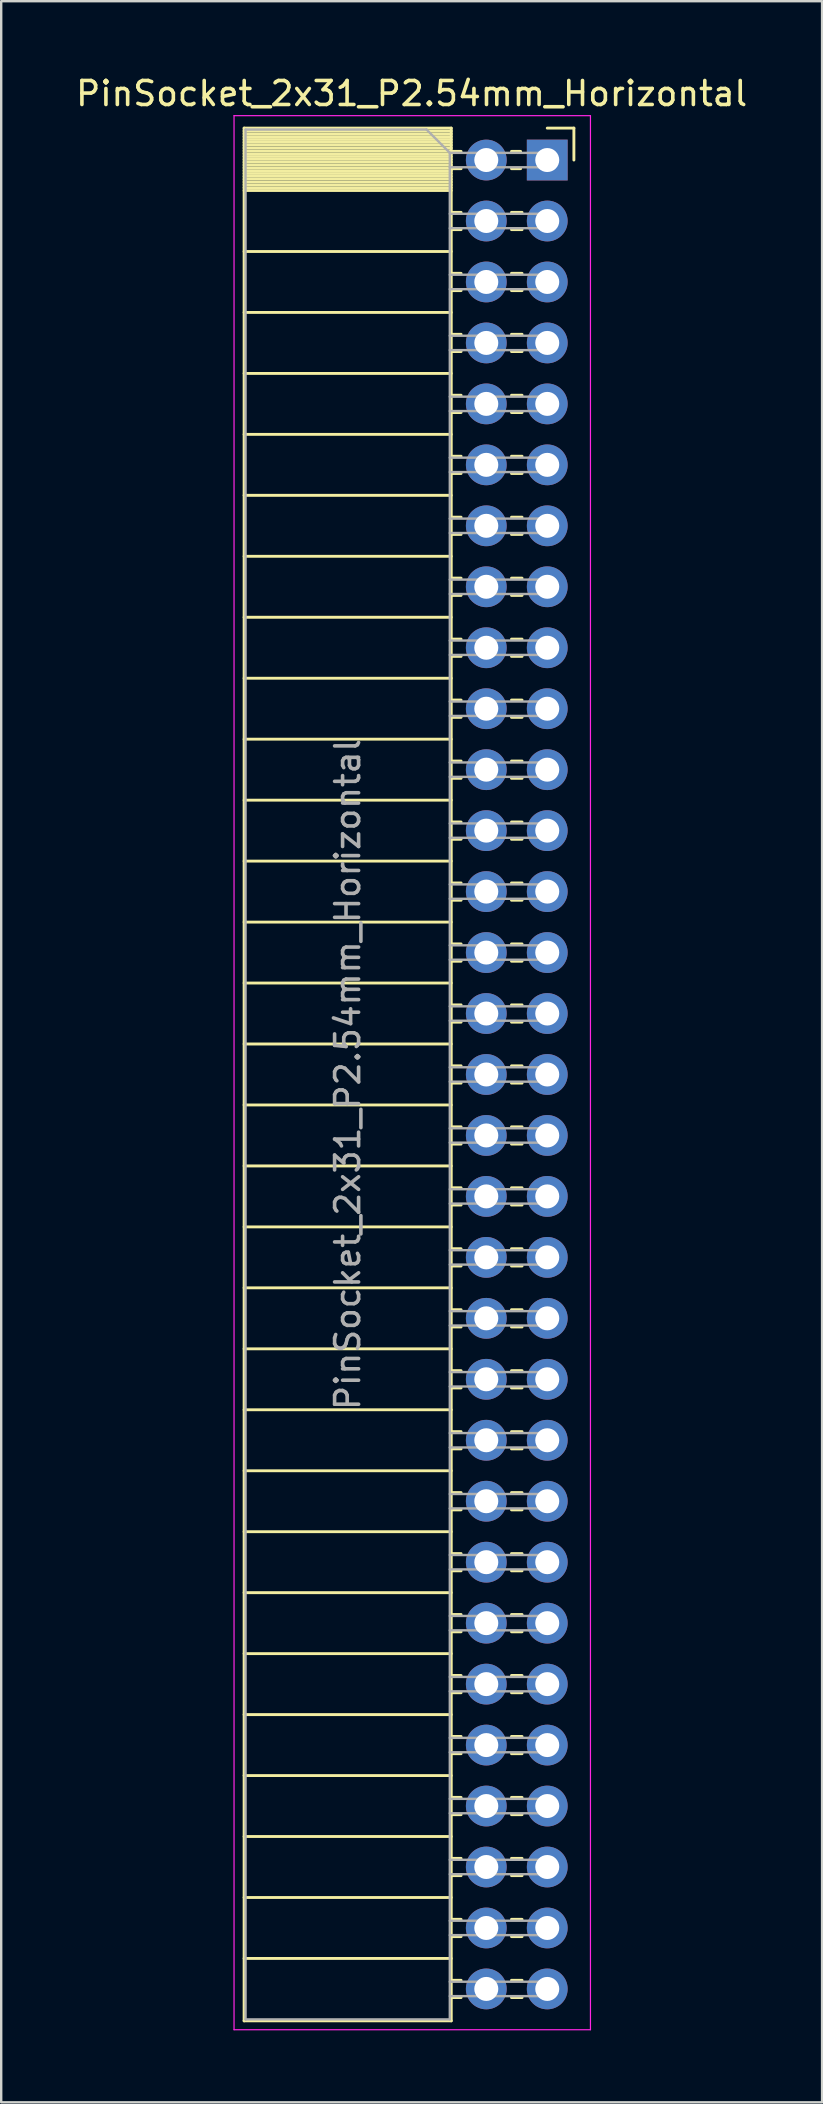
<source format=kicad_pcb>
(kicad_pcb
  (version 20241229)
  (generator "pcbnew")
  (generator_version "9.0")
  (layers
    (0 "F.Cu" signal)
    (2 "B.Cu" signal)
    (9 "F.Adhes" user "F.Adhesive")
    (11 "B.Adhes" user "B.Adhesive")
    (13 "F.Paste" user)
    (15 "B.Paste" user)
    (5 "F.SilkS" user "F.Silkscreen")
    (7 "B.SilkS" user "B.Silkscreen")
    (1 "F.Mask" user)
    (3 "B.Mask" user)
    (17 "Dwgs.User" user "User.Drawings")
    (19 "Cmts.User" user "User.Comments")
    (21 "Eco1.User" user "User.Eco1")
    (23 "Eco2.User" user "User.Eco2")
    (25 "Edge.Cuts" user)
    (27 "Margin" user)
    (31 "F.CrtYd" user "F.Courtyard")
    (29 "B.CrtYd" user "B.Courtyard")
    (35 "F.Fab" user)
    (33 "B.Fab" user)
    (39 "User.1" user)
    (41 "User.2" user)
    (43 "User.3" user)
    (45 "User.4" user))
  (footprint "PinSocket_2x31_P2.54mm_Horizontal"
    (layer "F.Cu")
    (at 19.751 3.618)
    (property "Reference" "PinSocket_2x31_P2.54mm_Horizontal" (at -5.65 -2.77 0) (layer "F.SilkS") (effects (font (size 1 1) (thickness 0.15))))
    (attr through_hole)
    (fp_line (start -12.63 -1.33) (end -12.63 77.53) (stroke (width 0.12) (type solid)) (layer "F.SilkS"))
    (fp_line (start -12.63 -1.33) (end -4 -1.33) (stroke (width 0.12) (type solid)) (layer "F.SilkS"))
    (fp_line (start -12.63 -1.21) (end -4 -1.21) (stroke (width 0.12) (type solid)) (layer "F.SilkS"))
    (fp_line (start -12.63 -1.092) (end -4 -1.092) (stroke (width 0.12) (type solid)) (layer "F.SilkS"))
    (fp_line (start -12.63 -0.974) (end -4 -0.974) (stroke (width 0.12) (type solid)) (layer "F.SilkS"))
    (fp_line (start -12.63 -0.856) (end -4 -0.856) (stroke (width 0.12) (type solid)) (layer "F.SilkS"))
    (fp_line (start -12.63 -0.738) (end -4 -0.738) (stroke (width 0.12) (type solid)) (layer "F.SilkS"))
    (fp_line (start -12.63 -0.62) (end -4 -0.62) (stroke (width 0.12) (type solid)) (layer "F.SilkS"))
    (fp_line (start -12.63 -0.501) (end -4 -0.501) (stroke (width 0.12) (type solid)) (layer "F.SilkS"))
    (fp_line (start -12.63 -0.383) (end -4 -0.383) (stroke (width 0.12) (type solid)) (layer "F.SilkS"))
    (fp_line (start -12.63 -0.265) (end -4 -0.265) (stroke (width 0.12) (type solid)) (layer "F.SilkS"))
    (fp_line (start -12.63 -0.147) (end -4 -0.147) (stroke (width 0.12) (type solid)) (layer "F.SilkS"))
    (fp_line (start -12.63 -0.029) (end -4 -0.029) (stroke (width 0.12) (type solid)) (layer "F.SilkS"))
    (fp_line (start -12.63 0.089) (end -4 0.089) (stroke (width 0.12) (type solid)) (layer "F.SilkS"))
    (fp_line (start -12.63 0.207) (end -4 0.207) (stroke (width 0.12) (type solid)) (layer "F.SilkS"))
    (fp_line (start -12.63 0.325) (end -4 0.325) (stroke (width 0.12) (type solid)) (layer "F.SilkS"))
    (fp_line (start -12.63 0.443) (end -4 0.443) (stroke (width 0.12) (type solid)) (layer "F.SilkS"))
    (fp_line (start -12.63 0.561) (end -4 0.561) (stroke (width 0.12) (type solid)) (layer "F.SilkS"))
    (fp_line (start -12.63 0.68) (end -4 0.68) (stroke (width 0.12) (type solid)) (layer "F.SilkS"))
    (fp_line (start -12.63 0.798) (end -4 0.798) (stroke (width 0.12) (type solid)) (layer "F.SilkS"))
    (fp_line (start -12.63 0.916) (end -4 0.916) (stroke (width 0.12) (type solid)) (layer "F.SilkS"))
    (fp_line (start -12.63 1.034) (end -4 1.034) (stroke (width 0.12) (type solid)) (layer "F.SilkS"))
    (fp_line (start -12.63 1.152) (end -4 1.152) (stroke (width 0.12) (type solid)) (layer "F.SilkS"))
    (fp_line (start -12.63 1.27) (end -4 1.27) (stroke (width 0.12) (type solid)) (layer "F.SilkS"))
    (fp_line (start -12.63 3.81) (end -4 3.81) (stroke (width 0.12) (type solid)) (layer "F.SilkS"))
    (fp_line (start -12.63 6.35) (end -4 6.35) (stroke (width 0.12) (type solid)) (layer "F.SilkS"))
    (fp_line (start -12.63 8.89) (end -4 8.89) (stroke (width 0.12) (type solid)) (layer "F.SilkS"))
    (fp_line (start -12.63 11.43) (end -4 11.43) (stroke (width 0.12) (type solid)) (layer "F.SilkS"))
    (fp_line (start -12.63 13.97) (end -4 13.97) (stroke (width 0.12) (type solid)) (layer "F.SilkS"))
    (fp_line (start -12.63 16.51) (end -4 16.51) (stroke (width 0.12) (type solid)) (layer "F.SilkS"))
    (fp_line (start -12.63 19.05) (end -4 19.05) (stroke (width 0.12) (type solid)) (layer "F.SilkS"))
    (fp_line (start -12.63 21.59) (end -4 21.59) (stroke (width 0.12) (type solid)) (layer "F.SilkS"))
    (fp_line (start -12.63 24.13) (end -4 24.13) (stroke (width 0.12) (type solid)) (layer "F.SilkS"))
    (fp_line (start -12.63 26.67) (end -4 26.67) (stroke (width 0.12) (type solid)) (layer "F.SilkS"))
    (fp_line (start -12.63 29.21) (end -4 29.21) (stroke (width 0.12) (type solid)) (layer "F.SilkS"))
    (fp_line (start -12.63 31.75) (end -4 31.75) (stroke (width 0.12) (type solid)) (layer "F.SilkS"))
    (fp_line (start -12.63 34.29) (end -4 34.29) (stroke (width 0.12) (type solid)) (layer "F.SilkS"))
    (fp_line (start -12.63 36.83) (end -4 36.83) (stroke (width 0.12) (type solid)) (layer "F.SilkS"))
    (fp_line (start -12.63 39.37) (end -4 39.37) (stroke (width 0.12) (type solid)) (layer "F.SilkS"))
    (fp_line (start -12.63 41.91) (end -4 41.91) (stroke (width 0.12) (type solid)) (layer "F.SilkS"))
    (fp_line (start -12.63 44.45) (end -4 44.45) (stroke (width 0.12) (type solid)) (layer "F.SilkS"))
    (fp_line (start -12.63 46.99) (end -4 46.99) (stroke (width 0.12) (type solid)) (layer "F.SilkS"))
    (fp_line (start -12.63 49.53) (end -4 49.53) (stroke (width 0.12) (type solid)) (layer "F.SilkS"))
    (fp_line (start -12.63 52.07) (end -4 52.07) (stroke (width 0.12) (type solid)) (layer "F.SilkS"))
    (fp_line (start -12.63 54.61) (end -4 54.61) (stroke (width 0.12) (type solid)) (layer "F.SilkS"))
    (fp_line (start -12.63 57.15) (end -4 57.15) (stroke (width 0.12) (type solid)) (layer "F.SilkS"))
    (fp_line (start -12.63 59.69) (end -4 59.69) (stroke (width 0.12) (type solid)) (layer "F.SilkS"))
    (fp_line (start -12.63 62.23) (end -4 62.23) (stroke (width 0.12) (type solid)) (layer "F.SilkS"))
    (fp_line (start -12.63 64.77) (end -4 64.77) (stroke (width 0.12) (type solid)) (layer "F.SilkS"))
    (fp_line (start -12.63 67.31) (end -4 67.31) (stroke (width 0.12) (type solid)) (layer "F.SilkS"))
    (fp_line (start -12.63 69.85) (end -4 69.85) (stroke (width 0.12) (type solid)) (layer "F.SilkS"))
    (fp_line (start -12.63 72.39) (end -4 72.39) (stroke (width 0.12) (type solid)) (layer "F.SilkS"))
    (fp_line (start -12.63 74.93) (end -4 74.93) (stroke (width 0.12) (type solid)) (layer "F.SilkS"))
    (fp_line (start -12.63 77.53) (end -4 77.53) (stroke (width 0.12) (type solid)) (layer "F.SilkS"))
    (fp_line (start -4 -1.33) (end -4 77.53) (stroke (width 0.12) (type solid)) (layer "F.SilkS"))
    (fp_line (start -4 -0.36) (end -3.59 -0.36) (stroke (width 0.12) (type solid)) (layer "F.SilkS"))
    (fp_line (start -4 0.36) (end -3.59 0.36) (stroke (width 0.12) (type solid)) (layer "F.SilkS"))
    (fp_line (start -4 2.18) (end -3.59 2.18) (stroke (width 0.12) (type solid)) (layer "F.SilkS"))
    (fp_line (start -4 2.9) (end -3.59 2.9) (stroke (width 0.12) (type solid)) (layer "F.SilkS"))
    (fp_line (start -4 4.72) (end -3.59 4.72) (stroke (width 0.12) (type solid)) (layer "F.SilkS"))
    (fp_line (start -4 5.44) (end -3.59 5.44) (stroke (width 0.12) (type solid)) (layer "F.SilkS"))
    (fp_line (start -4 7.26) (end -3.59 7.26) (stroke (width 0.12) (type solid)) (layer "F.SilkS"))
    (fp_line (start -4 7.98) (end -3.59 7.98) (stroke (width 0.12) (type solid)) (layer "F.SilkS"))
    (fp_line (start -4 9.8) (end -3.59 9.8) (stroke (width 0.12) (type solid)) (layer "F.SilkS"))
    (fp_line (start -4 10.52) (end -3.59 10.52) (stroke (width 0.12) (type solid)) (layer "F.SilkS"))
    (fp_line (start -4 12.34) (end -3.59 12.34) (stroke (width 0.12) (type solid)) (layer "F.SilkS"))
    (fp_line (start -4 13.06) (end -3.59 13.06) (stroke (width 0.12) (type solid)) (layer "F.SilkS"))
    (fp_line (start -4 14.88) (end -3.59 14.88) (stroke (width 0.12) (type solid)) (layer "F.SilkS"))
    (fp_line (start -4 15.6) (end -3.59 15.6) (stroke (width 0.12) (type solid)) (layer "F.SilkS"))
    (fp_line (start -4 17.42) (end -3.59 17.42) (stroke (width 0.12) (type solid)) (layer "F.SilkS"))
    (fp_line (start -4 18.14) (end -3.59 18.14) (stroke (width 0.12) (type solid)) (layer "F.SilkS"))
    (fp_line (start -4 19.96) (end -3.59 19.96) (stroke (width 0.12) (type solid)) (layer "F.SilkS"))
    (fp_line (start -4 20.68) (end -3.59 20.68) (stroke (width 0.12) (type solid)) (layer "F.SilkS"))
    (fp_line (start -4 22.5) (end -3.59 22.5) (stroke (width 0.12) (type solid)) (layer "F.SilkS"))
    (fp_line (start -4 23.22) (end -3.59 23.22) (stroke (width 0.12) (type solid)) (layer "F.SilkS"))
    (fp_line (start -4 25.04) (end -3.59 25.04) (stroke (width 0.12) (type solid)) (layer "F.SilkS"))
    (fp_line (start -4 25.76) (end -3.59 25.76) (stroke (width 0.12) (type solid)) (layer "F.SilkS"))
    (fp_line (start -4 27.58) (end -3.59 27.58) (stroke (width 0.12) (type solid)) (layer "F.SilkS"))
    (fp_line (start -4 28.3) (end -3.59 28.3) (stroke (width 0.12) (type solid)) (layer "F.SilkS"))
    (fp_line (start -4 30.12) (end -3.59 30.12) (stroke (width 0.12) (type solid)) (layer "F.SilkS"))
    (fp_line (start -4 30.84) (end -3.59 30.84) (stroke (width 0.12) (type solid)) (layer "F.SilkS"))
    (fp_line (start -4 32.66) (end -3.59 32.66) (stroke (width 0.12) (type solid)) (layer "F.SilkS"))
    (fp_line (start -4 33.38) (end -3.59 33.38) (stroke (width 0.12) (type solid)) (layer "F.SilkS"))
    (fp_line (start -4 35.2) (end -3.59 35.2) (stroke (width 0.12) (type solid)) (layer "F.SilkS"))
    (fp_line (start -4 35.92) (end -3.59 35.92) (stroke (width 0.12) (type solid)) (layer "F.SilkS"))
    (fp_line (start -4 37.74) (end -3.59 37.74) (stroke (width 0.12) (type solid)) (layer "F.SilkS"))
    (fp_line (start -4 38.46) (end -3.59 38.46) (stroke (width 0.12) (type solid)) (layer "F.SilkS"))
    (fp_line (start -4 40.28) (end -3.59 40.28) (stroke (width 0.12) (type solid)) (layer "F.SilkS"))
    (fp_line (start -4 41) (end -3.59 41) (stroke (width 0.12) (type solid)) (layer "F.SilkS"))
    (fp_line (start -4 42.82) (end -3.59 42.82) (stroke (width 0.12) (type solid)) (layer "F.SilkS"))
    (fp_line (start -4 43.54) (end -3.59 43.54) (stroke (width 0.12) (type solid)) (layer "F.SilkS"))
    (fp_line (start -4 45.36) (end -3.59 45.36) (stroke (width 0.12) (type solid)) (layer "F.SilkS"))
    (fp_line (start -4 46.08) (end -3.59 46.08) (stroke (width 0.12) (type solid)) (layer "F.SilkS"))
    (fp_line (start -4 47.9) (end -3.59 47.9) (stroke (width 0.12) (type solid)) (layer "F.SilkS"))
    (fp_line (start -4 48.62) (end -3.59 48.62) (stroke (width 0.12) (type solid)) (layer "F.SilkS"))
    (fp_line (start -4 50.44) (end -3.59 50.44) (stroke (width 0.12) (type solid)) (layer "F.SilkS"))
    (fp_line (start -4 51.16) (end -3.59 51.16) (stroke (width 0.12) (type solid)) (layer "F.SilkS"))
    (fp_line (start -4 52.98) (end -3.59 52.98) (stroke (width 0.12) (type solid)) (layer "F.SilkS"))
    (fp_line (start -4 53.7) (end -3.59 53.7) (stroke (width 0.12) (type solid)) (layer "F.SilkS"))
    (fp_line (start -4 55.52) (end -3.59 55.52) (stroke (width 0.12) (type solid)) (layer "F.SilkS"))
    (fp_line (start -4 56.24) (end -3.59 56.24) (stroke (width 0.12) (type solid)) (layer "F.SilkS"))
    (fp_line (start -4 58.06) (end -3.59 58.06) (stroke (width 0.12) (type solid)) (layer "F.SilkS"))
    (fp_line (start -4 58.78) (end -3.59 58.78) (stroke (width 0.12) (type solid)) (layer "F.SilkS"))
    (fp_line (start -4 60.6) (end -3.59 60.6) (stroke (width 0.12) (type solid)) (layer "F.SilkS"))
    (fp_line (start -4 61.32) (end -3.59 61.32) (stroke (width 0.12) (type solid)) (layer "F.SilkS"))
    (fp_line (start -4 63.14) (end -3.59 63.14) (stroke (width 0.12) (type solid)) (layer "F.SilkS"))
    (fp_line (start -4 63.86) (end -3.59 63.86) (stroke (width 0.12) (type solid)) (layer "F.SilkS"))
    (fp_line (start -4 65.68) (end -3.59 65.68) (stroke (width 0.12) (type solid)) (layer "F.SilkS"))
    (fp_line (start -4 66.4) (end -3.59 66.4) (stroke (width 0.12) (type solid)) (layer "F.SilkS"))
    (fp_line (start -4 68.22) (end -3.59 68.22) (stroke (width 0.12) (type solid)) (layer "F.SilkS"))
    (fp_line (start -4 68.94) (end -3.59 68.94) (stroke (width 0.12) (type solid)) (layer "F.SilkS"))
    (fp_line (start -4 70.76) (end -3.59 70.76) (stroke (width 0.12) (type solid)) (layer "F.SilkS"))
    (fp_line (start -4 71.48) (end -3.59 71.48) (stroke (width 0.12) (type solid)) (layer "F.SilkS"))
    (fp_line (start -4 73.3) (end -3.59 73.3) (stroke (width 0.12) (type solid)) (layer "F.SilkS"))
    (fp_line (start -4 74.02) (end -3.59 74.02) (stroke (width 0.12) (type solid)) (layer "F.SilkS"))
    (fp_line (start -4 75.84) (end -3.59 75.84) (stroke (width 0.12) (type solid)) (layer "F.SilkS"))
    (fp_line (start -4 76.56) (end -3.59 76.56) (stroke (width 0.12) (type solid)) (layer "F.SilkS"))
    (fp_line (start -1.49 -0.36) (end -1.11 -0.36) (stroke (width 0.12) (type solid)) (layer "F.SilkS"))
    (fp_line (start -1.49 0.36) (end -1.11 0.36) (stroke (width 0.12) (type solid)) (layer "F.SilkS"))
    (fp_line (start -1.49 2.18) (end -1.05 2.18) (stroke (width 0.12) (type solid)) (layer "F.SilkS"))
    (fp_line (start -1.49 2.9) (end -1.05 2.9) (stroke (width 0.12) (type solid)) (layer "F.SilkS"))
    (fp_line (start -1.49 4.72) (end -1.05 4.72) (stroke (width 0.12) (type solid)) (layer "F.SilkS"))
    (fp_line (start -1.49 5.44) (end -1.05 5.44) (stroke (width 0.12) (type solid)) (layer "F.SilkS"))
    (fp_line (start -1.49 7.26) (end -1.05 7.26) (stroke (width 0.12) (type solid)) (layer "F.SilkS"))
    (fp_line (start -1.49 7.98) (end -1.05 7.98) (stroke (width 0.12) (type solid)) (layer "F.SilkS"))
    (fp_line (start -1.49 9.8) (end -1.05 9.8) (stroke (width 0.12) (type solid)) (layer "F.SilkS"))
    (fp_line (start -1.49 10.52) (end -1.05 10.52) (stroke (width 0.12) (type solid)) (layer "F.SilkS"))
    (fp_line (start -1.49 12.34) (end -1.05 12.34) (stroke (width 0.12) (type solid)) (layer "F.SilkS"))
    (fp_line (start -1.49 13.06) (end -1.05 13.06) (stroke (width 0.12) (type solid)) (layer "F.SilkS"))
    (fp_line (start -1.49 14.88) (end -1.05 14.88) (stroke (width 0.12) (type solid)) (layer "F.SilkS"))
    (fp_line (start -1.49 15.6) (end -1.05 15.6) (stroke (width 0.12) (type solid)) (layer "F.SilkS"))
    (fp_line (start -1.49 17.42) (end -1.05 17.42) (stroke (width 0.12) (type solid)) (layer "F.SilkS"))
    (fp_line (start -1.49 18.14) (end -1.05 18.14) (stroke (width 0.12) (type solid)) (layer "F.SilkS"))
    (fp_line (start -1.49 19.96) (end -1.05 19.96) (stroke (width 0.12) (type solid)) (layer "F.SilkS"))
    (fp_line (start -1.49 20.68) (end -1.05 20.68) (stroke (width 0.12) (type solid)) (layer "F.SilkS"))
    (fp_line (start -1.49 22.5) (end -1.05 22.5) (stroke (width 0.12) (type solid)) (layer "F.SilkS"))
    (fp_line (start -1.49 23.22) (end -1.05 23.22) (stroke (width 0.12) (type solid)) (layer "F.SilkS"))
    (fp_line (start -1.49 25.04) (end -1.05 25.04) (stroke (width 0.12) (type solid)) (layer "F.SilkS"))
    (fp_line (start -1.49 25.76) (end -1.05 25.76) (stroke (width 0.12) (type solid)) (layer "F.SilkS"))
    (fp_line (start -1.49 27.58) (end -1.05 27.58) (stroke (width 0.12) (type solid)) (layer "F.SilkS"))
    (fp_line (start -1.49 28.3) (end -1.05 28.3) (stroke (width 0.12) (type solid)) (layer "F.SilkS"))
    (fp_line (start -1.49 30.12) (end -1.05 30.12) (stroke (width 0.12) (type solid)) (layer "F.SilkS"))
    (fp_line (start -1.49 30.84) (end -1.05 30.84) (stroke (width 0.12) (type solid)) (layer "F.SilkS"))
    (fp_line (start -1.49 32.66) (end -1.05 32.66) (stroke (width 0.12) (type solid)) (layer "F.SilkS"))
    (fp_line (start -1.49 33.38) (end -1.05 33.38) (stroke (width 0.12) (type solid)) (layer "F.SilkS"))
    (fp_line (start -1.49 35.2) (end -1.05 35.2) (stroke (width 0.12) (type solid)) (layer "F.SilkS"))
    (fp_line (start -1.49 35.92) (end -1.05 35.92) (stroke (width 0.12) (type solid)) (layer "F.SilkS"))
    (fp_line (start -1.49 37.74) (end -1.05 37.74) (stroke (width 0.12) (type solid)) (layer "F.SilkS"))
    (fp_line (start -1.49 38.46) (end -1.05 38.46) (stroke (width 0.12) (type solid)) (layer "F.SilkS"))
    (fp_line (start -1.49 40.28) (end -1.05 40.28) (stroke (width 0.12) (type solid)) (layer "F.SilkS"))
    (fp_line (start -1.49 41) (end -1.05 41) (stroke (width 0.12) (type solid)) (layer "F.SilkS"))
    (fp_line (start -1.49 42.82) (end -1.05 42.82) (stroke (width 0.12) (type solid)) (layer "F.SilkS"))
    (fp_line (start -1.49 43.54) (end -1.05 43.54) (stroke (width 0.12) (type solid)) (layer "F.SilkS"))
    (fp_line (start -1.49 45.36) (end -1.05 45.36) (stroke (width 0.12) (type solid)) (layer "F.SilkS"))
    (fp_line (start -1.49 46.08) (end -1.05 46.08) (stroke (width 0.12) (type solid)) (layer "F.SilkS"))
    (fp_line (start -1.49 47.9) (end -1.05 47.9) (stroke (width 0.12) (type solid)) (layer "F.SilkS"))
    (fp_line (start -1.49 48.62) (end -1.05 48.62) (stroke (width 0.12) (type solid)) (layer "F.SilkS"))
    (fp_line (start -1.49 50.44) (end -1.05 50.44) (stroke (width 0.12) (type solid)) (layer "F.SilkS"))
    (fp_line (start -1.49 51.16) (end -1.05 51.16) (stroke (width 0.12) (type solid)) (layer "F.SilkS"))
    (fp_line (start -1.49 52.98) (end -1.05 52.98) (stroke (width 0.12) (type solid)) (layer "F.SilkS"))
    (fp_line (start -1.49 53.7) (end -1.05 53.7) (stroke (width 0.12) (type solid)) (layer "F.SilkS"))
    (fp_line (start -1.49 55.52) (end -1.05 55.52) (stroke (width 0.12) (type solid)) (layer "F.SilkS"))
    (fp_line (start -1.49 56.24) (end -1.05 56.24) (stroke (width 0.12) (type solid)) (layer "F.SilkS"))
    (fp_line (start -1.49 58.06) (end -1.05 58.06) (stroke (width 0.12) (type solid)) (layer "F.SilkS"))
    (fp_line (start -1.49 58.78) (end -1.05 58.78) (stroke (width 0.12) (type solid)) (layer "F.SilkS"))
    (fp_line (start -1.49 60.6) (end -1.05 60.6) (stroke (width 0.12) (type solid)) (layer "F.SilkS"))
    (fp_line (start -1.49 61.32) (end -1.05 61.32) (stroke (width 0.12) (type solid)) (layer "F.SilkS"))
    (fp_line (start -1.49 63.14) (end -1.05 63.14) (stroke (width 0.12) (type solid)) (layer "F.SilkS"))
    (fp_line (start -1.49 63.86) (end -1.05 63.86) (stroke (width 0.12) (type solid)) (layer "F.SilkS"))
    (fp_line (start -1.49 65.68) (end -1.05 65.68) (stroke (width 0.12) (type solid)) (layer "F.SilkS"))
    (fp_line (start -1.49 66.4) (end -1.05 66.4) (stroke (width 0.12) (type solid)) (layer "F.SilkS"))
    (fp_line (start -1.49 68.22) (end -1.05 68.22) (stroke (width 0.12) (type solid)) (layer "F.SilkS"))
    (fp_line (start -1.49 68.94) (end -1.05 68.94) (stroke (width 0.12) (type solid)) (layer "F.SilkS"))
    (fp_line (start -1.49 70.76) (end -1.05 70.76) (stroke (width 0.12) (type solid)) (layer "F.SilkS"))
    (fp_line (start -1.49 71.48) (end -1.05 71.48) (stroke (width 0.12) (type solid)) (layer "F.SilkS"))
    (fp_line (start -1.49 73.3) (end -1.05 73.3) (stroke (width 0.12) (type solid)) (layer "F.SilkS"))
    (fp_line (start -1.49 74.02) (end -1.05 74.02) (stroke (width 0.12) (type solid)) (layer "F.SilkS"))
    (fp_line (start -1.49 75.84) (end -1.05 75.84) (stroke (width 0.12) (type solid)) (layer "F.SilkS"))
    (fp_line (start -1.49 76.56) (end -1.05 76.56) (stroke (width 0.12) (type solid)) (layer "F.SilkS"))
    (fp_line (start 0 -1.33) (end 1.11 -1.33) (stroke (width 0.12) (type solid)) (layer "F.SilkS"))
    (fp_line (start 1.11 -1.33) (end 1.11 0) (stroke (width 0.12) (type solid)) (layer "F.SilkS"))
    (fp_line (start -13.05 -1.85) (end -13.05 77.9) (stroke (width 0.05) (type solid)) (layer "F.CrtYd"))
    (fp_line (start -13.05 77.9) (end 1.8 77.9) (stroke (width 0.05) (type solid)) (layer "F.CrtYd"))
    (fp_line (start 1.8 -1.85) (end -13.05 -1.85) (stroke (width 0.05) (type solid)) (layer "F.CrtYd"))
    (fp_line (start 1.8 77.9) (end 1.8 -1.85) (stroke (width 0.05) (type solid)) (layer "F.CrtYd"))
    (fp_line (start -12.57 -1.27) (end -5.03 -1.27) (stroke (width 0.1) (type solid)) (layer "F.Fab"))
    (fp_line (start -12.57 77.47) (end -12.57 -1.27) (stroke (width 0.1) (type solid)) (layer "F.Fab"))
    (fp_line (start -5.03 -1.27) (end -4.06 -0.3) (stroke (width 0.1) (type solid)) (layer "F.Fab"))
    (fp_line (start -4.06 -0.3) (end -4.06 77.47) (stroke (width 0.1) (type solid)) (layer "F.Fab"))
    (fp_line (start -4.06 0.3) (end 0 0.3) (stroke (width 0.1) (type solid)) (layer "F.Fab"))
    (fp_line (start -4.06 2.84) (end 0 2.84) (stroke (width 0.1) (type solid)) (layer "F.Fab"))
    (fp_line (start -4.06 5.38) (end 0 5.38) (stroke (width 0.1) (type solid)) (layer "F.Fab"))
    (fp_line (start -4.06 7.92) (end 0 7.92) (stroke (width 0.1) (type solid)) (layer "F.Fab"))
    (fp_line (start -4.06 10.46) (end 0 10.46) (stroke (width 0.1) (type solid)) (layer "F.Fab"))
    (fp_line (start -4.06 13) (end 0 13) (stroke (width 0.1) (type solid)) (layer "F.Fab"))
    (fp_line (start -4.06 15.54) (end 0 15.54) (stroke (width 0.1) (type solid)) (layer "F.Fab"))
    (fp_line (start -4.06 18.08) (end 0 18.08) (stroke (width 0.1) (type solid)) (layer "F.Fab"))
    (fp_line (start -4.06 20.62) (end 0 20.62) (stroke (width 0.1) (type solid)) (layer "F.Fab"))
    (fp_line (start -4.06 23.16) (end 0 23.16) (stroke (width 0.1) (type solid)) (layer "F.Fab"))
    (fp_line (start -4.06 25.7) (end 0 25.7) (stroke (width 0.1) (type solid)) (layer "F.Fab"))
    (fp_line (start -4.06 28.24) (end 0 28.24) (stroke (width 0.1) (type solid)) (layer "F.Fab"))
    (fp_line (start -4.06 30.78) (end 0 30.78) (stroke (width 0.1) (type solid)) (layer "F.Fab"))
    (fp_line (start -4.06 33.32) (end 0 33.32) (stroke (width 0.1) (type solid)) (layer "F.Fab"))
    (fp_line (start -4.06 35.86) (end 0 35.86) (stroke (width 0.1) (type solid)) (layer "F.Fab"))
    (fp_line (start -4.06 38.4) (end 0 38.4) (stroke (width 0.1) (type solid)) (layer "F.Fab"))
    (fp_line (start -4.06 40.94) (end 0 40.94) (stroke (width 0.1) (type solid)) (layer "F.Fab"))
    (fp_line (start -4.06 43.48) (end 0 43.48) (stroke (width 0.1) (type solid)) (layer "F.Fab"))
    (fp_line (start -4.06 46.02) (end 0 46.02) (stroke (width 0.1) (type solid)) (layer "F.Fab"))
    (fp_line (start -4.06 48.56) (end 0 48.56) (stroke (width 0.1) (type solid)) (layer "F.Fab"))
    (fp_line (start -4.06 51.1) (end 0 51.1) (stroke (width 0.1) (type solid)) (layer "F.Fab"))
    (fp_line (start -4.06 53.64) (end 0 53.64) (stroke (width 0.1) (type solid)) (layer "F.Fab"))
    (fp_line (start -4.06 56.18) (end 0 56.18) (stroke (width 0.1) (type solid)) (layer "F.Fab"))
    (fp_line (start -4.06 58.72) (end 0 58.72) (stroke (width 0.1) (type solid)) (layer "F.Fab"))
    (fp_line (start -4.06 61.26) (end 0 61.26) (stroke (width 0.1) (type solid)) (layer "F.Fab"))
    (fp_line (start -4.06 63.8) (end 0 63.8) (stroke (width 0.1) (type solid)) (layer "F.Fab"))
    (fp_line (start -4.06 66.34) (end 0 66.34) (stroke (width 0.1) (type solid)) (layer "F.Fab"))
    (fp_line (start -4.06 68.88) (end 0 68.88) (stroke (width 0.1) (type solid)) (layer "F.Fab"))
    (fp_line (start -4.06 71.42) (end 0 71.42) (stroke (width 0.1) (type solid)) (layer "F.Fab"))
    (fp_line (start -4.06 73.96) (end 0 73.96) (stroke (width 0.1) (type solid)) (layer "F.Fab"))
    (fp_line (start -4.06 76.5) (end 0 76.5) (stroke (width 0.1) (type solid)) (layer "F.Fab"))
    (fp_line (start -4.06 77.47) (end -12.57 77.47) (stroke (width 0.1) (type solid)) (layer "F.Fab"))
    (fp_line (start 0 -0.3) (end -4.06 -0.3) (stroke (width 0.1) (type solid)) (layer "F.Fab"))
    (fp_line (start 0 0.3) (end 0 -0.3) (stroke (width 0.1) (type solid)) (layer "F.Fab"))
    (fp_line (start 0 2.24) (end -4.06 2.24) (stroke (width 0.1) (type solid)) (layer "F.Fab"))
    (fp_line (start 0 2.84) (end 0 2.24) (stroke (width 0.1) (type solid)) (layer "F.Fab"))
    (fp_line (start 0 4.78) (end -4.06 4.78) (stroke (width 0.1) (type solid)) (layer "F.Fab"))
    (fp_line (start 0 5.38) (end 0 4.78) (stroke (width 0.1) (type solid)) (layer "F.Fab"))
    (fp_line (start 0 7.32) (end -4.06 7.32) (stroke (width 0.1) (type solid)) (layer "F.Fab"))
    (fp_line (start 0 7.92) (end 0 7.32) (stroke (width 0.1) (type solid)) (layer "F.Fab"))
    (fp_line (start 0 9.86) (end -4.06 9.86) (stroke (width 0.1) (type solid)) (layer "F.Fab"))
    (fp_line (start 0 10.46) (end 0 9.86) (stroke (width 0.1) (type solid)) (layer "F.Fab"))
    (fp_line (start 0 12.4) (end -4.06 12.4) (stroke (width 0.1) (type solid)) (layer "F.Fab"))
    (fp_line (start 0 13) (end 0 12.4) (stroke (width 0.1) (type solid)) (layer "F.Fab"))
    (fp_line (start 0 14.94) (end -4.06 14.94) (stroke (width 0.1) (type solid)) (layer "F.Fab"))
    (fp_line (start 0 15.54) (end 0 14.94) (stroke (width 0.1) (type solid)) (layer "F.Fab"))
    (fp_line (start 0 17.48) (end -4.06 17.48) (stroke (width 0.1) (type solid)) (layer "F.Fab"))
    (fp_line (start 0 18.08) (end 0 17.48) (stroke (width 0.1) (type solid)) (layer "F.Fab"))
    (fp_line (start 0 20.02) (end -4.06 20.02) (stroke (width 0.1) (type solid)) (layer "F.Fab"))
    (fp_line (start 0 20.62) (end 0 20.02) (stroke (width 0.1) (type solid)) (layer "F.Fab"))
    (fp_line (start 0 22.56) (end -4.06 22.56) (stroke (width 0.1) (type solid)) (layer "F.Fab"))
    (fp_line (start 0 23.16) (end 0 22.56) (stroke (width 0.1) (type solid)) (layer "F.Fab"))
    (fp_line (start 0 25.1) (end -4.06 25.1) (stroke (width 0.1) (type solid)) (layer "F.Fab"))
    (fp_line (start 0 25.7) (end 0 25.1) (stroke (width 0.1) (type solid)) (layer "F.Fab"))
    (fp_line (start 0 27.64) (end -4.06 27.64) (stroke (width 0.1) (type solid)) (layer "F.Fab"))
    (fp_line (start 0 28.24) (end 0 27.64) (stroke (width 0.1) (type solid)) (layer "F.Fab"))
    (fp_line (start 0 30.18) (end -4.06 30.18) (stroke (width 0.1) (type solid)) (layer "F.Fab"))
    (fp_line (start 0 30.78) (end 0 30.18) (stroke (width 0.1) (type solid)) (layer "F.Fab"))
    (fp_line (start 0 32.72) (end -4.06 32.72) (stroke (width 0.1) (type solid)) (layer "F.Fab"))
    (fp_line (start 0 33.32) (end 0 32.72) (stroke (width 0.1) (type solid)) (layer "F.Fab"))
    (fp_line (start 0 35.26) (end -4.06 35.26) (stroke (width 0.1) (type solid)) (layer "F.Fab"))
    (fp_line (start 0 35.86) (end 0 35.26) (stroke (width 0.1) (type solid)) (layer "F.Fab"))
    (fp_line (start 0 37.8) (end -4.06 37.8) (stroke (width 0.1) (type solid)) (layer "F.Fab"))
    (fp_line (start 0 38.4) (end 0 37.8) (stroke (width 0.1) (type solid)) (layer "F.Fab"))
    (fp_line (start 0 40.34) (end -4.06 40.34) (stroke (width 0.1) (type solid)) (layer "F.Fab"))
    (fp_line (start 0 40.94) (end 0 40.34) (stroke (width 0.1) (type solid)) (layer "F.Fab"))
    (fp_line (start 0 42.88) (end -4.06 42.88) (stroke (width 0.1) (type solid)) (layer "F.Fab"))
    (fp_line (start 0 43.48) (end 0 42.88) (stroke (width 0.1) (type solid)) (layer "F.Fab"))
    (fp_line (start 0 45.42) (end -4.06 45.42) (stroke (width 0.1) (type solid)) (layer "F.Fab"))
    (fp_line (start 0 46.02) (end 0 45.42) (stroke (width 0.1) (type solid)) (layer "F.Fab"))
    (fp_line (start 0 47.96) (end -4.06 47.96) (stroke (width 0.1) (type solid)) (layer "F.Fab"))
    (fp_line (start 0 48.56) (end 0 47.96) (stroke (width 0.1) (type solid)) (layer "F.Fab"))
    (fp_line (start 0 50.5) (end -4.06 50.5) (stroke (width 0.1) (type solid)) (layer "F.Fab"))
    (fp_line (start 0 51.1) (end 0 50.5) (stroke (width 0.1) (type solid)) (layer "F.Fab"))
    (fp_line (start 0 53.04) (end -4.06 53.04) (stroke (width 0.1) (type solid)) (layer "F.Fab"))
    (fp_line (start 0 53.64) (end 0 53.04) (stroke (width 0.1) (type solid)) (layer "F.Fab"))
    (fp_line (start 0 55.58) (end -4.06 55.58) (stroke (width 0.1) (type solid)) (layer "F.Fab"))
    (fp_line (start 0 56.18) (end 0 55.58) (stroke (width 0.1) (type solid)) (layer "F.Fab"))
    (fp_line (start 0 58.12) (end -4.06 58.12) (stroke (width 0.1) (type solid)) (layer "F.Fab"))
    (fp_line (start 0 58.72) (end 0 58.12) (stroke (width 0.1) (type solid)) (layer "F.Fab"))
    (fp_line (start 0 60.66) (end -4.06 60.66) (stroke (width 0.1) (type solid)) (layer "F.Fab"))
    (fp_line (start 0 61.26) (end 0 60.66) (stroke (width 0.1) (type solid)) (layer "F.Fab"))
    (fp_line (start 0 63.2) (end -4.06 63.2) (stroke (width 0.1) (type solid)) (layer "F.Fab"))
    (fp_line (start 0 63.8) (end 0 63.2) (stroke (width 0.1) (type solid)) (layer "F.Fab"))
    (fp_line (start 0 65.74) (end -4.06 65.74) (stroke (width 0.1) (type solid)) (layer "F.Fab"))
    (fp_line (start 0 66.34) (end 0 65.74) (stroke (width 0.1) (type solid)) (layer "F.Fab"))
    (fp_line (start 0 68.28) (end -4.06 68.28) (stroke (width 0.1) (type solid)) (layer "F.Fab"))
    (fp_line (start 0 68.88) (end 0 68.28) (stroke (width 0.1) (type solid)) (layer "F.Fab"))
    (fp_line (start 0 70.82) (end -4.06 70.82) (stroke (width 0.1) (type solid)) (layer "F.Fab"))
    (fp_line (start 0 71.42) (end 0 70.82) (stroke (width 0.1) (type solid)) (layer "F.Fab"))
    (fp_line (start 0 73.36) (end -4.06 73.36) (stroke (width 0.1) (type solid)) (layer "F.Fab"))
    (fp_line (start 0 73.96) (end 0 73.36) (stroke (width 0.1) (type solid)) (layer "F.Fab"))
    (fp_line (start 0 75.9) (end -4.06 75.9) (stroke (width 0.1) (type solid)) (layer "F.Fab"))
    (fp_line (start 0 76.5) (end 0 75.9) (stroke (width 0.1) (type solid)) (layer "F.Fab"))
    (fp_text user "${REFERENCE}" (at -8.315 38.1 90) (layer "F.Fab") (effects (font (size 1 1) (thickness 0.15))))
    (pad "1" thru_hole rect (at 0 0) (size 1.7 1.7) (drill 1) (layers "*.Cu" "*.Mask"))
    (pad "2" thru_hole oval (at -2.54 0) (size 1.7 1.7) (drill 1) (layers "*.Cu" "*.Mask"))
    (pad "3" thru_hole oval (at 0 2.54) (size 1.7 1.7) (drill 1) (layers "*.Cu" "*.Mask"))
    (pad "4" thru_hole oval (at -2.54 2.54) (size 1.7 1.7) (drill 1) (layers "*.Cu" "*.Mask"))
    (pad "5" thru_hole oval (at 0 5.08) (size 1.7 1.7) (drill 1) (layers "*.Cu" "*.Mask"))
    (pad "6" thru_hole oval (at -2.54 5.08) (size 1.7 1.7) (drill 1) (layers "*.Cu" "*.Mask"))
    (pad "7" thru_hole oval (at 0 7.62) (size 1.7 1.7) (drill 1) (layers "*.Cu" "*.Mask"))
    (pad "8" thru_hole oval (at -2.54 7.62) (size 1.7 1.7) (drill 1) (layers "*.Cu" "*.Mask"))
    (pad "9" thru_hole oval (at 0 10.16) (size 1.7 1.7) (drill 1) (layers "*.Cu" "*.Mask"))
    (pad "10" thru_hole oval (at -2.54 10.16) (size 1.7 1.7) (drill 1) (layers "*.Cu" "*.Mask"))
    (pad "11" thru_hole oval (at 0 12.7) (size 1.7 1.7) (drill 1) (layers "*.Cu" "*.Mask"))
    (pad "12" thru_hole oval (at -2.54 12.7) (size 1.7 1.7) (drill 1) (layers "*.Cu" "*.Mask"))
    (pad "13" thru_hole oval (at 0 15.24) (size 1.7 1.7) (drill 1) (layers "*.Cu" "*.Mask"))
    (pad "14" thru_hole oval (at -2.54 15.24) (size 1.7 1.7) (drill 1) (layers "*.Cu" "*.Mask"))
    (pad "15" thru_hole oval (at 0 17.78) (size 1.7 1.7) (drill 1) (layers "*.Cu" "*.Mask"))
    (pad "16" thru_hole oval (at -2.54 17.78) (size 1.7 1.7) (drill 1) (layers "*.Cu" "*.Mask"))
    (pad "17" thru_hole oval (at 0 20.32) (size 1.7 1.7) (drill 1) (layers "*.Cu" "*.Mask"))
    (pad "18" thru_hole oval (at -2.54 20.32) (size 1.7 1.7) (drill 1) (layers "*.Cu" "*.Mask"))
    (pad "19" thru_hole oval (at 0 22.86) (size 1.7 1.7) (drill 1) (layers "*.Cu" "*.Mask"))
    (pad "20" thru_hole oval (at -2.54 22.86) (size 1.7 1.7) (drill 1) (layers "*.Cu" "*.Mask"))
    (pad "21" thru_hole oval (at 0 25.4) (size 1.7 1.7) (drill 1) (layers "*.Cu" "*.Mask"))
    (pad "22" thru_hole oval (at -2.54 25.4) (size 1.7 1.7) (drill 1) (layers "*.Cu" "*.Mask"))
    (pad "23" thru_hole oval (at 0 27.94) (size 1.7 1.7) (drill 1) (layers "*.Cu" "*.Mask"))
    (pad "24" thru_hole oval (at -2.54 27.94) (size 1.7 1.7) (drill 1) (layers "*.Cu" "*.Mask"))
    (pad "25" thru_hole oval (at 0 30.48) (size 1.7 1.7) (drill 1) (layers "*.Cu" "*.Mask"))
    (pad "26" thru_hole oval (at -2.54 30.48) (size 1.7 1.7) (drill 1) (layers "*.Cu" "*.Mask"))
    (pad "27" thru_hole oval (at 0 33.02) (size 1.7 1.7) (drill 1) (layers "*.Cu" "*.Mask"))
    (pad "28" thru_hole oval (at -2.54 33.02) (size 1.7 1.7) (drill 1) (layers "*.Cu" "*.Mask"))
    (pad "29" thru_hole oval (at 0 35.56) (size 1.7 1.7) (drill 1) (layers "*.Cu" "*.Mask"))
    (pad "30" thru_hole oval (at -2.54 35.56) (size 1.7 1.7) (drill 1) (layers "*.Cu" "*.Mask"))
    (pad "31" thru_hole oval (at 0 38.1) (size 1.7 1.7) (drill 1) (layers "*.Cu" "*.Mask"))
    (pad "32" thru_hole oval (at -2.54 38.1) (size 1.7 1.7) (drill 1) (layers "*.Cu" "*.Mask"))
    (pad "33" thru_hole oval (at 0 40.64) (size 1.7 1.7) (drill 1) (layers "*.Cu" "*.Mask"))
    (pad "34" thru_hole oval (at -2.54 40.64) (size 1.7 1.7) (drill 1) (layers "*.Cu" "*.Mask"))
    (pad "35" thru_hole oval (at 0 43.18) (size 1.7 1.7) (drill 1) (layers "*.Cu" "*.Mask"))
    (pad "36" thru_hole oval (at -2.54 43.18) (size 1.7 1.7) (drill 1) (layers "*.Cu" "*.Mask"))
    (pad "37" thru_hole oval (at 0 45.72) (size 1.7 1.7) (drill 1) (layers "*.Cu" "*.Mask"))
    (pad "38" thru_hole oval (at -2.54 45.72) (size 1.7 1.7) (drill 1) (layers "*.Cu" "*.Mask"))
    (pad "39" thru_hole oval (at 0 48.26) (size 1.7 1.7) (drill 1) (layers "*.Cu" "*.Mask"))
    (pad "40" thru_hole oval (at -2.54 48.26) (size 1.7 1.7) (drill 1) (layers "*.Cu" "*.Mask"))
    (pad "41" thru_hole oval (at 0 50.8) (size 1.7 1.7) (drill 1) (layers "*.Cu" "*.Mask"))
    (pad "42" thru_hole oval (at -2.54 50.8) (size 1.7 1.7) (drill 1) (layers "*.Cu" "*.Mask"))
    (pad "43" thru_hole oval (at 0 53.34) (size 1.7 1.7) (drill 1) (layers "*.Cu" "*.Mask"))
    (pad "44" thru_hole oval (at -2.54 53.34) (size 1.7 1.7) (drill 1) (layers "*.Cu" "*.Mask"))
    (pad "45" thru_hole oval (at 0 55.88) (size 1.7 1.7) (drill 1) (layers "*.Cu" "*.Mask"))
    (pad "46" thru_hole oval (at -2.54 55.88) (size 1.7 1.7) (drill 1) (layers "*.Cu" "*.Mask"))
    (pad "47" thru_hole oval (at 0 58.42) (size 1.7 1.7) (drill 1) (layers "*.Cu" "*.Mask"))
    (pad "48" thru_hole oval (at -2.54 58.42) (size 1.7 1.7) (drill 1) (layers "*.Cu" "*.Mask"))
    (pad "49" thru_hole oval (at 0 60.96) (size 1.7 1.7) (drill 1) (layers "*.Cu" "*.Mask"))
    (pad "50" thru_hole oval (at -2.54 60.96) (size 1.7 1.7) (drill 1) (layers "*.Cu" "*.Mask"))
    (pad "51" thru_hole oval (at 0 63.5) (size 1.7 1.7) (drill 1) (layers "*.Cu" "*.Mask"))
    (pad "52" thru_hole oval (at -2.54 63.5) (size 1.7 1.7) (drill 1) (layers "*.Cu" "*.Mask"))
    (pad "53" thru_hole oval (at 0 66.04) (size 1.7 1.7) (drill 1) (layers "*.Cu" "*.Mask"))
    (pad "54" thru_hole oval (at -2.54 66.04) (size 1.7 1.7) (drill 1) (layers "*.Cu" "*.Mask"))
    (pad "55" thru_hole oval (at 0 68.58) (size 1.7 1.7) (drill 1) (layers "*.Cu" "*.Mask"))
    (pad "56" thru_hole oval (at -2.54 68.58) (size 1.7 1.7) (drill 1) (layers "*.Cu" "*.Mask"))
    (pad "57" thru_hole oval (at 0 71.12) (size 1.7 1.7) (drill 1) (layers "*.Cu" "*.Mask"))
    (pad "58" thru_hole oval (at -2.54 71.12) (size 1.7 1.7) (drill 1) (layers "*.Cu" "*.Mask"))
    (pad "59" thru_hole oval (at 0 73.66) (size 1.7 1.7) (drill 1) (layers "*.Cu" "*.Mask"))
    (pad "60" thru_hole oval (at -2.54 73.66) (size 1.7 1.7) (drill 1) (layers "*.Cu" "*.Mask"))
    (pad "61" thru_hole oval (at 0 76.2) (size 1.7 1.7) (drill 1) (layers "*.Cu" "*.Mask"))
    (pad "62" thru_hole oval (at -2.54 76.2) (size 1.7 1.7) (drill 1) (layers "*.Cu" "*.Mask")))
  (gr_rect
    (start -3 -3)
    (end 31.202 84.543)
    (stroke (width 0.1) (type default))
    (fill no)
    (layer "Edge.Cuts")))
</source>
